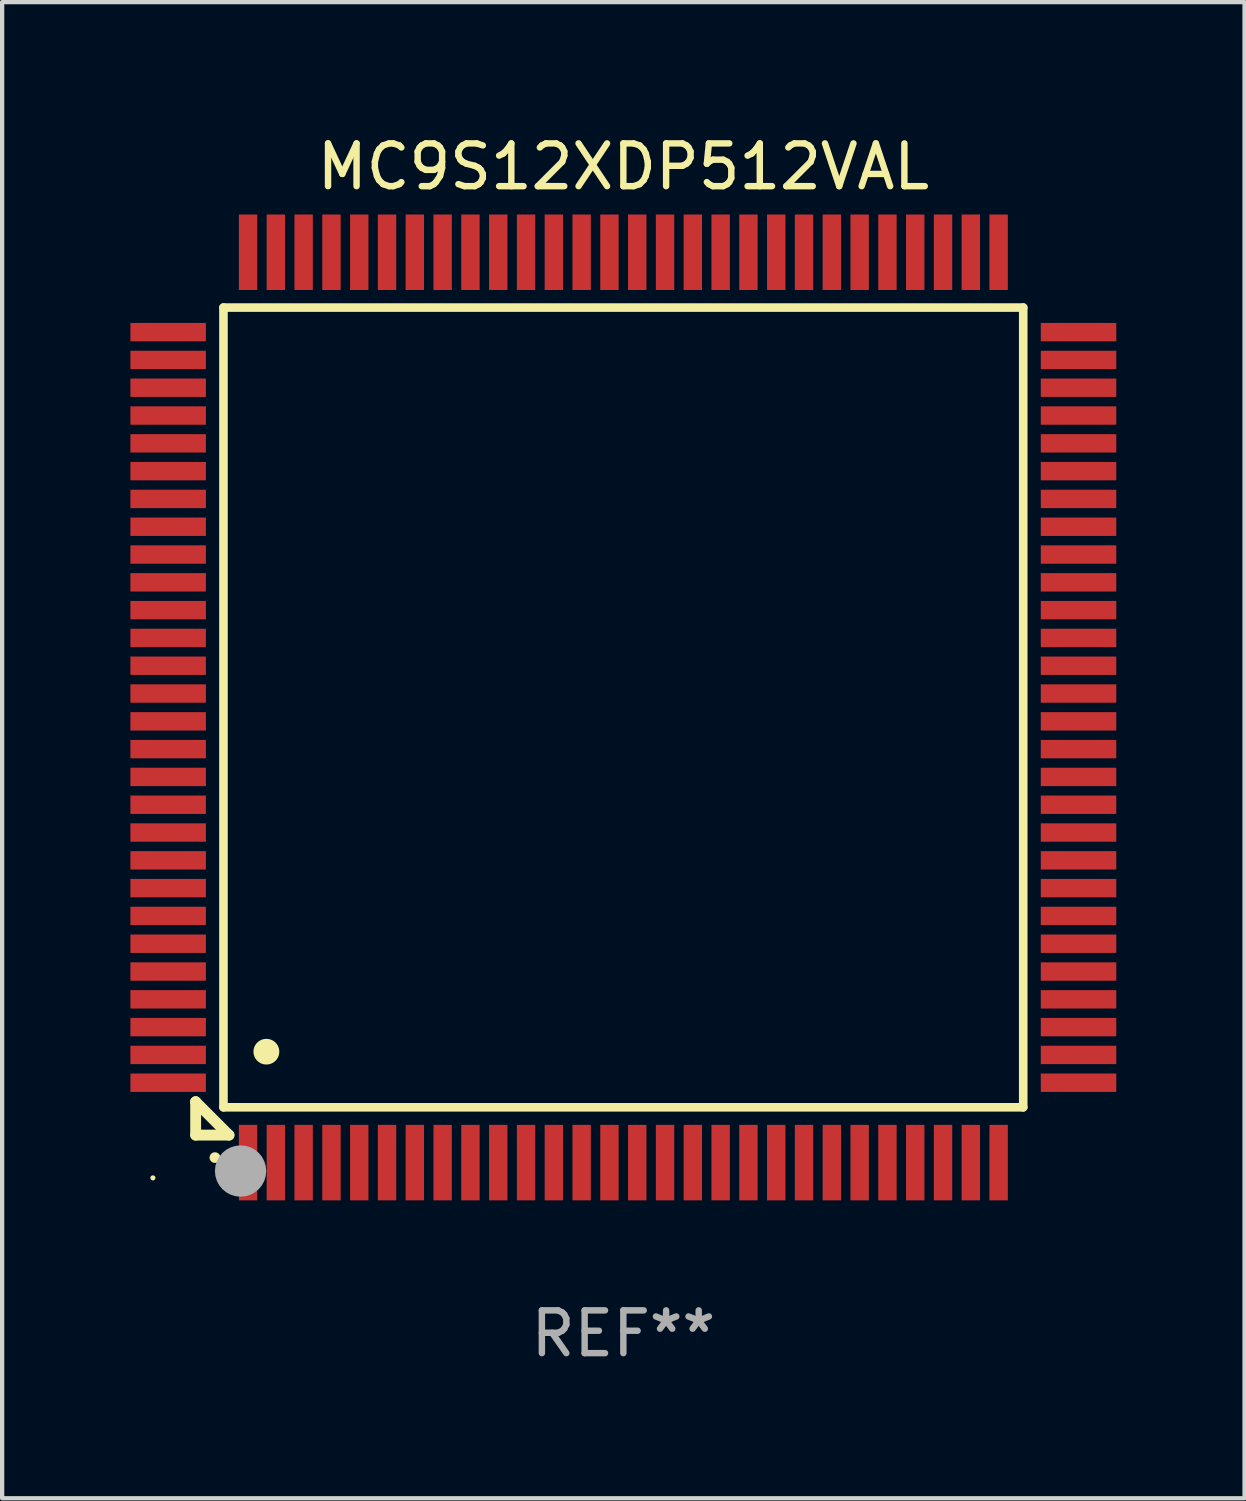
<source format=kicad_pcb>
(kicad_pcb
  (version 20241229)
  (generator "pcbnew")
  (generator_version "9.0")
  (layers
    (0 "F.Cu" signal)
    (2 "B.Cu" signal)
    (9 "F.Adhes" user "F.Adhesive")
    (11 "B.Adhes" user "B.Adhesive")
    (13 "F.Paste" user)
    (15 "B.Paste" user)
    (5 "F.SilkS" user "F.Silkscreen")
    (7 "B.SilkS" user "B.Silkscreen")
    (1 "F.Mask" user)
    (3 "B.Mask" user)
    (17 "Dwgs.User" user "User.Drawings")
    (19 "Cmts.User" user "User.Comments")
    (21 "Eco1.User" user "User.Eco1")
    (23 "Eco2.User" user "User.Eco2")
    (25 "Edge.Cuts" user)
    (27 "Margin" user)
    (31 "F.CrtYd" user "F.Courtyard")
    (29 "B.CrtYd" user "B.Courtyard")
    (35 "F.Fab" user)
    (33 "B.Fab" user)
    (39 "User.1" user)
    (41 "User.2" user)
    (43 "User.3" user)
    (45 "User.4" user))
  (footprint "MC9S12XDP512VAL"
    (layer "F.Cu")
    (at 11.525 13.491)
    (property "Reference" "MC9S12XDP512VAL" (at 0 -12.643 0) (layer "F.SilkS") (effects (font (size 1 1) (thickness 0.15))))
    (attr through_hole)
    (fp_line (start -10 9.221) (end -10 9.221) (stroke (width 0.254) (type solid)) (layer "F.SilkS"))
    (fp_line (start -10 9.221) (end -10 10) (stroke (width 0.254) (type solid)) (layer "F.SilkS"))
    (fp_line (start -10 9.221) (end -9.221 10) (stroke (width 0.254) (type solid)) (layer "F.SilkS"))
    (fp_line (start -10 10) (end -9.221 10) (stroke (width 0.254) (type solid)) (layer "F.SilkS"))
    (fp_line (start -9.35 -9.35) (end -9.35 9.35) (stroke (width 0.201) (type solid)) (layer "F.SilkS"))
    (fp_line (start -9.35 9.35) (end 9.35 9.35) (stroke (width 0.201) (type solid)) (layer "F.SilkS"))
    (fp_line (start 9.35 -9.35) (end -9.35 -9.35) (stroke (width 0.201) (type solid)) (layer "F.SilkS"))
    (fp_line (start 9.35 9.35) (end 9.35 -9.35) (stroke (width 0.201) (type solid)) (layer "F.SilkS"))
    (fp_arc (start -9.550546 10.525832) (mid -9.549276 10.525826) (end -9.548006 10.525832) (stroke (width 0.24892) (type solid)) (layer "F.SilkS"))
    (fp_arc (start -8.349124 8.049327) (mid -8.346584 8.049316) (end -8.344044 8.049327) (stroke (width 0.599441) (type solid)) (layer "F.SilkS"))
    (fp_circle (center -11 11) (end -10.97 11) (stroke (width 0.06) (type solid)) (fill no) (layer "F.SilkS"))
    (fp_circle (center -8.95 10.84) (end -8.65 10.84) (stroke (width 0.6) (type solid)) (fill no) (layer "F.Fab"))
    (fp_text user "REF**" (at 0 14.643 0) (layer "F.Fab") (effects (font (size 1 1) (thickness 0.15))))
    (pad "1" smd rect (at -8.775 10.643) (size 0.43 1.765) (layers "F.Cu" "F.Mask" "F.Paste"))
    (pad "2" smd rect (at -8.125 10.643) (size 0.43 1.765) (layers "F.Cu" "F.Mask" "F.Paste"))
    (pad "3" smd rect (at -7.475 10.643) (size 0.43 1.765) (layers "F.Cu" "F.Mask" "F.Paste"))
    (pad "4" smd rect (at -6.825 10.643) (size 0.43 1.765) (layers "F.Cu" "F.Mask" "F.Paste"))
    (pad "5" smd rect (at -6.175 10.643) (size 0.43 1.765) (layers "F.Cu" "F.Mask" "F.Paste"))
    (pad "6" smd rect (at -5.525 10.643) (size 0.43 1.765) (layers "F.Cu" "F.Mask" "F.Paste"))
    (pad "7" smd rect (at -4.875 10.643) (size 0.43 1.765) (layers "F.Cu" "F.Mask" "F.Paste"))
    (pad "8" smd rect (at -4.225 10.643) (size 0.43 1.765) (layers "F.Cu" "F.Mask" "F.Paste"))
    (pad "9" smd rect (at -3.575 10.643) (size 0.43 1.765) (layers "F.Cu" "F.Mask" "F.Paste"))
    (pad "10" smd rect (at -2.925 10.643) (size 0.43 1.765) (layers "F.Cu" "F.Mask" "F.Paste"))
    (pad "11" smd rect (at -2.275 10.643) (size 0.43 1.765) (layers "F.Cu" "F.Mask" "F.Paste"))
    (pad "12" smd rect (at -1.625 10.643) (size 0.43 1.765) (layers "F.Cu" "F.Mask" "F.Paste"))
    (pad "13" smd rect (at -0.975 10.643) (size 0.43 1.765) (layers "F.Cu" "F.Mask" "F.Paste"))
    (pad "14" smd rect (at -0.325 10.643) (size 0.43 1.765) (layers "F.Cu" "F.Mask" "F.Paste"))
    (pad "15" smd rect (at 0.325 10.643) (size 0.43 1.765) (layers "F.Cu" "F.Mask" "F.Paste"))
    (pad "16" smd rect (at 0.975 10.643) (size 0.43 1.765) (layers "F.Cu" "F.Mask" "F.Paste"))
    (pad "17" smd rect (at 1.625 10.643) (size 0.43 1.765) (layers "F.Cu" "F.Mask" "F.Paste"))
    (pad "18" smd rect (at 2.275 10.643) (size 0.43 1.765) (layers "F.Cu" "F.Mask" "F.Paste"))
    (pad "19" smd rect (at 2.925 10.643) (size 0.43 1.765) (layers "F.Cu" "F.Mask" "F.Paste"))
    (pad "20" smd rect (at 3.575 10.643) (size 0.43 1.765) (layers "F.Cu" "F.Mask" "F.Paste"))
    (pad "21" smd rect (at 4.225 10.643) (size 0.43 1.765) (layers "F.Cu" "F.Mask" "F.Paste"))
    (pad "22" smd rect (at 4.875 10.643) (size 0.43 1.765) (layers "F.Cu" "F.Mask" "F.Paste"))
    (pad "23" smd rect (at 5.525 10.643) (size 0.43 1.765) (layers "F.Cu" "F.Mask" "F.Paste"))
    (pad "24" smd rect (at 6.175 10.643) (size 0.43 1.765) (layers "F.Cu" "F.Mask" "F.Paste"))
    (pad "25" smd rect (at 6.825 10.643) (size 0.43 1.765) (layers "F.Cu" "F.Mask" "F.Paste"))
    (pad "26" smd rect (at 7.475 10.643) (size 0.43 1.765) (layers "F.Cu" "F.Mask" "F.Paste"))
    (pad "27" smd rect (at 8.125 10.643) (size 0.43 1.765) (layers "F.Cu" "F.Mask" "F.Paste"))
    (pad "28" smd rect (at 8.775 10.643) (size 0.43 1.765) (layers "F.Cu" "F.Mask" "F.Paste"))
    (pad "29" smd rect (at 10.643 8.775) (size 1.765 0.43) (layers "F.Cu" "F.Mask" "F.Paste"))
    (pad "30" smd rect (at 10.643 8.125) (size 1.765 0.43) (layers "F.Cu" "F.Mask" "F.Paste"))
    (pad "31" smd rect (at 10.643 7.475) (size 1.765 0.43) (layers "F.Cu" "F.Mask" "F.Paste"))
    (pad "32" smd rect (at 10.643 6.825) (size 1.765 0.43) (layers "F.Cu" "F.Mask" "F.Paste"))
    (pad "33" smd rect (at 10.643 6.175) (size 1.765 0.43) (layers "F.Cu" "F.Mask" "F.Paste"))
    (pad "34" smd rect (at 10.643 5.525) (size 1.765 0.43) (layers "F.Cu" "F.Mask" "F.Paste"))
    (pad "35" smd rect (at 10.643 4.875) (size 1.765 0.43) (layers "F.Cu" "F.Mask" "F.Paste"))
    (pad "36" smd rect (at 10.643 4.225) (size 1.765 0.43) (layers "F.Cu" "F.Mask" "F.Paste"))
    (pad "37" smd rect (at 10.643 3.575) (size 1.765 0.43) (layers "F.Cu" "F.Mask" "F.Paste"))
    (pad "38" smd rect (at 10.643 2.925) (size 1.765 0.43) (layers "F.Cu" "F.Mask" "F.Paste"))
    (pad "39" smd rect (at 10.643 2.275) (size 1.765 0.43) (layers "F.Cu" "F.Mask" "F.Paste"))
    (pad "40" smd rect (at 10.643 1.625) (size 1.765 0.43) (layers "F.Cu" "F.Mask" "F.Paste"))
    (pad "41" smd rect (at 10.643 0.975) (size 1.765 0.43) (layers "F.Cu" "F.Mask" "F.Paste"))
    (pad "42" smd rect (at 10.643 0.325) (size 1.765 0.43) (layers "F.Cu" "F.Mask" "F.Paste"))
    (pad "43" smd rect (at 10.643 -0.325) (size 1.765 0.43) (layers "F.Cu" "F.Mask" "F.Paste"))
    (pad "44" smd rect (at 10.643 -0.975) (size 1.765 0.43) (layers "F.Cu" "F.Mask" "F.Paste"))
    (pad "45" smd rect (at 10.643 -1.625) (size 1.765 0.43) (layers "F.Cu" "F.Mask" "F.Paste"))
    (pad "46" smd rect (at 10.643 -2.275) (size 1.765 0.43) (layers "F.Cu" "F.Mask" "F.Paste"))
    (pad "47" smd rect (at 10.643 -2.925) (size 1.765 0.43) (layers "F.Cu" "F.Mask" "F.Paste"))
    (pad "48" smd rect (at 10.643 -3.575) (size 1.765 0.43) (layers "F.Cu" "F.Mask" "F.Paste"))
    (pad "49" smd rect (at 10.643 -4.225) (size 1.765 0.43) (layers "F.Cu" "F.Mask" "F.Paste"))
    (pad "50" smd rect (at 10.643 -4.875) (size 1.765 0.43) (layers "F.Cu" "F.Mask" "F.Paste"))
    (pad "51" smd rect (at 10.643 -5.525) (size 1.765 0.43) (layers "F.Cu" "F.Mask" "F.Paste"))
    (pad "52" smd rect (at 10.643 -6.175) (size 1.765 0.43) (layers "F.Cu" "F.Mask" "F.Paste"))
    (pad "53" smd rect (at 10.643 -6.825) (size 1.765 0.43) (layers "F.Cu" "F.Mask" "F.Paste"))
    (pad "54" smd rect (at 10.643 -7.475) (size 1.765 0.43) (layers "F.Cu" "F.Mask" "F.Paste"))
    (pad "55" smd rect (at 10.643 -8.125) (size 1.765 0.43) (layers "F.Cu" "F.Mask" "F.Paste"))
    (pad "56" smd rect (at 10.643 -8.775) (size 1.765 0.43) (layers "F.Cu" "F.Mask" "F.Paste"))
    (pad "57" smd rect (at 8.775 -10.643) (size 0.43 1.765) (layers "F.Cu" "F.Mask" "F.Paste"))
    (pad "58" smd rect (at 8.125 -10.643) (size 0.43 1.765) (layers "F.Cu" "F.Mask" "F.Paste"))
    (pad "59" smd rect (at 7.475 -10.643) (size 0.43 1.765) (layers "F.Cu" "F.Mask" "F.Paste"))
    (pad "60" smd rect (at 6.825 -10.643) (size 0.43 1.765) (layers "F.Cu" "F.Mask" "F.Paste"))
    (pad "61" smd rect (at 6.175 -10.643) (size 0.43 1.765) (layers "F.Cu" "F.Mask" "F.Paste"))
    (pad "62" smd rect (at 5.525 -10.643) (size 0.43 1.765) (layers "F.Cu" "F.Mask" "F.Paste"))
    (pad "63" smd rect (at 4.875 -10.643) (size 0.43 1.765) (layers "F.Cu" "F.Mask" "F.Paste"))
    (pad "64" smd rect (at 4.225 -10.643) (size 0.43 1.765) (layers "F.Cu" "F.Mask" "F.Paste"))
    (pad "65" smd rect (at 3.575 -10.643) (size 0.43 1.765) (layers "F.Cu" "F.Mask" "F.Paste"))
    (pad "66" smd rect (at 2.925 -10.643) (size 0.43 1.765) (layers "F.Cu" "F.Mask" "F.Paste"))
    (pad "67" smd rect (at 2.275 -10.643) (size 0.43 1.765) (layers "F.Cu" "F.Mask" "F.Paste"))
    (pad "68" smd rect (at 1.625 -10.643) (size 0.43 1.765) (layers "F.Cu" "F.Mask" "F.Paste"))
    (pad "69" smd rect (at 0.975 -10.643) (size 0.43 1.765) (layers "F.Cu" "F.Mask" "F.Paste"))
    (pad "70" smd rect (at 0.325 -10.643) (size 0.43 1.765) (layers "F.Cu" "F.Mask" "F.Paste"))
    (pad "71" smd rect (at -0.325 -10.643) (size 0.43 1.765) (layers "F.Cu" "F.Mask" "F.Paste"))
    (pad "72" smd rect (at -0.975 -10.643) (size 0.43 1.765) (layers "F.Cu" "F.Mask" "F.Paste"))
    (pad "73" smd rect (at -1.625 -10.643) (size 0.43 1.765) (layers "F.Cu" "F.Mask" "F.Paste"))
    (pad "74" smd rect (at -2.275 -10.643) (size 0.43 1.765) (layers "F.Cu" "F.Mask" "F.Paste"))
    (pad "75" smd rect (at -2.925 -10.643) (size 0.43 1.765) (layers "F.Cu" "F.Mask" "F.Paste"))
    (pad "76" smd rect (at -3.575 -10.643) (size 0.43 1.765) (layers "F.Cu" "F.Mask" "F.Paste"))
    (pad "77" smd rect (at -4.225 -10.643) (size 0.43 1.765) (layers "F.Cu" "F.Mask" "F.Paste"))
    (pad "78" smd rect (at -4.875 -10.643) (size 0.43 1.765) (layers "F.Cu" "F.Mask" "F.Paste"))
    (pad "79" smd rect (at -5.525 -10.643) (size 0.43 1.765) (layers "F.Cu" "F.Mask" "F.Paste"))
    (pad "80" smd rect (at -6.175 -10.643) (size 0.43 1.765) (layers "F.Cu" "F.Mask" "F.Paste"))
    (pad "81" smd rect (at -6.825 -10.643) (size 0.43 1.765) (layers "F.Cu" "F.Mask" "F.Paste"))
    (pad "82" smd rect (at -7.475 -10.643) (size 0.43 1.765) (layers "F.Cu" "F.Mask" "F.Paste"))
    (pad "83" smd rect (at -8.125 -10.643) (size 0.43 1.765) (layers "F.Cu" "F.Mask" "F.Paste"))
    (pad "84" smd rect (at -8.775 -10.643) (size 0.43 1.765) (layers "F.Cu" "F.Mask" "F.Paste"))
    (pad "85" smd rect (at -10.643 -8.775) (size 1.765 0.43) (layers "F.Cu" "F.Mask" "F.Paste"))
    (pad "86" smd rect (at -10.643 -8.125) (size 1.765 0.43) (layers "F.Cu" "F.Mask" "F.Paste"))
    (pad "87" smd rect (at -10.643 -7.475) (size 1.765 0.43) (layers "F.Cu" "F.Mask" "F.Paste"))
    (pad "88" smd rect (at -10.643 -6.825) (size 1.765 0.43) (layers "F.Cu" "F.Mask" "F.Paste"))
    (pad "89" smd rect (at -10.643 -6.175) (size 1.765 0.43) (layers "F.Cu" "F.Mask" "F.Paste"))
    (pad "90" smd rect (at -10.643 -5.525) (size 1.765 0.43) (layers "F.Cu" "F.Mask" "F.Paste"))
    (pad "91" smd rect (at -10.643 -4.875) (size 1.765 0.43) (layers "F.Cu" "F.Mask" "F.Paste"))
    (pad "92" smd rect (at -10.643 -4.225) (size 1.765 0.43) (layers "F.Cu" "F.Mask" "F.Paste"))
    (pad "93" smd rect (at -10.643 -3.575) (size 1.765 0.43) (layers "F.Cu" "F.Mask" "F.Paste"))
    (pad "94" smd rect (at -10.643 -2.925) (size 1.765 0.43) (layers "F.Cu" "F.Mask" "F.Paste"))
    (pad "95" smd rect (at -10.643 -2.275) (size 1.765 0.43) (layers "F.Cu" "F.Mask" "F.Paste"))
    (pad "96" smd rect (at -10.643 -1.625) (size 1.765 0.43) (layers "F.Cu" "F.Mask" "F.Paste"))
    (pad "97" smd rect (at -10.643 -0.975) (size 1.765 0.43) (layers "F.Cu" "F.Mask" "F.Paste"))
    (pad "98" smd rect (at -10.643 -0.325) (size 1.765 0.43) (layers "F.Cu" "F.Mask" "F.Paste"))
    (pad "99" smd rect (at -10.643 0.325) (size 1.765 0.43) (layers "F.Cu" "F.Mask" "F.Paste"))
    (pad "100" smd rect (at -10.643 0.975) (size 1.765 0.43) (layers "F.Cu" "F.Mask" "F.Paste"))
    (pad "101" smd rect (at -10.643 1.625) (size 1.765 0.43) (layers "F.Cu" "F.Mask" "F.Paste"))
    (pad "102" smd rect (at -10.643 2.275) (size 1.765 0.43) (layers "F.Cu" "F.Mask" "F.Paste"))
    (pad "103" smd rect (at -10.643 2.925) (size 1.765 0.43) (layers "F.Cu" "F.Mask" "F.Paste"))
    (pad "104" smd rect (at -10.643 3.575) (size 1.765 0.43) (layers "F.Cu" "F.Mask" "F.Paste"))
    (pad "105" smd rect (at -10.643 4.225) (size 1.765 0.43) (layers "F.Cu" "F.Mask" "F.Paste"))
    (pad "106" smd rect (at -10.643 4.875) (size 1.765 0.43) (layers "F.Cu" "F.Mask" "F.Paste"))
    (pad "107" smd rect (at -10.643 5.525) (size 1.765 0.43) (layers "F.Cu" "F.Mask" "F.Paste"))
    (pad "108" smd rect (at -10.643 6.175) (size 1.765 0.43) (layers "F.Cu" "F.Mask" "F.Paste"))
    (pad "109" smd rect (at -10.643 6.825) (size 1.765 0.43) (layers "F.Cu" "F.Mask" "F.Paste"))
    (pad "110" smd rect (at -10.643 7.475) (size 1.765 0.43) (layers "F.Cu" "F.Mask" "F.Paste"))
    (pad "111" smd rect (at -10.643 8.125) (size 1.765 0.43) (layers "F.Cu" "F.Mask" "F.Paste"))
    (pad "112" smd rect (at -10.643 8.775) (size 1.765 0.43) (layers "F.Cu" "F.Mask" "F.Paste")))
  (gr_rect
    (start -3 -3)
    (end 26.05 31.982)
    (stroke (width 0.1) (type default))
    (fill no)
    (layer "Edge.Cuts")))
</source>
